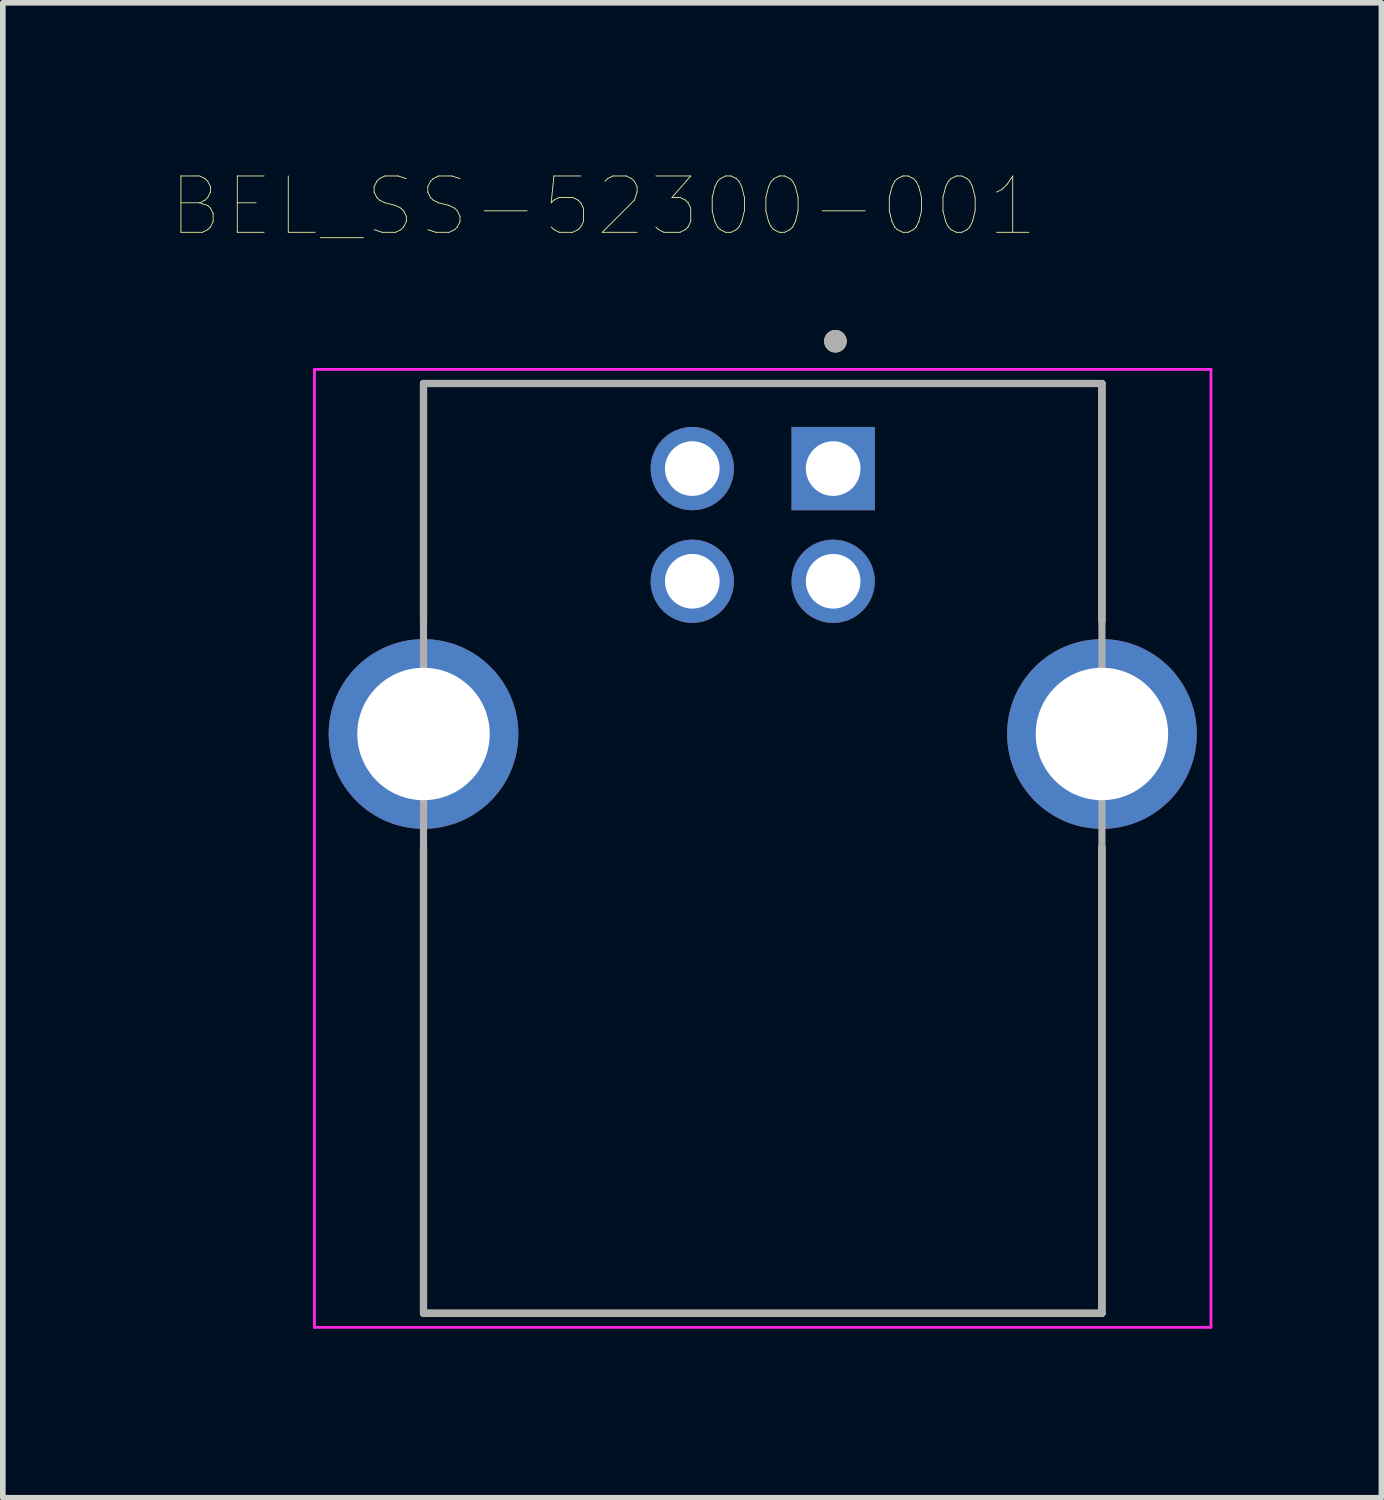
<source format=kicad_pcb>
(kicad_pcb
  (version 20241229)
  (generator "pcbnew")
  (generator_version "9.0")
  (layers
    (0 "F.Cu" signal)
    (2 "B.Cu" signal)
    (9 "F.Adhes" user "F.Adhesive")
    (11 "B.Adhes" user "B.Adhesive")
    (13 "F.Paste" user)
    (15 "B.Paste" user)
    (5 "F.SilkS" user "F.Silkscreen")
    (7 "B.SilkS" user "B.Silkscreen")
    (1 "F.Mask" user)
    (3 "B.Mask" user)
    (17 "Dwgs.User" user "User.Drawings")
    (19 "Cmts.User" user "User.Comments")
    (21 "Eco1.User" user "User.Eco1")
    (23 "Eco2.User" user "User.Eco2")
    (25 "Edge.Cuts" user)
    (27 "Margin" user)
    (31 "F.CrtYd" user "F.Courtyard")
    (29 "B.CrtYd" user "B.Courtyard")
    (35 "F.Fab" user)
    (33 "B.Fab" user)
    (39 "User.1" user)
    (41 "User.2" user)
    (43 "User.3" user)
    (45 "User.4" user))
  (footprint "BEL_SS-52300-001"
    (layer "F.Cu")
    (at 10.486 7.266)
    (property "Reference" "BEL_SS-52300-001" (at -2.825 -6.655 0) (layer "F.SilkS") (effects (font (size 1 1) (thickness 0.015))))
    (attr through_hole)
    (fp_line (start -6.02 -3.51) (end -6.02 0.705) (stroke (width 0.127) (type solid)) (layer "F.SilkS"))
    (fp_line (start -6.02 4.715) (end -6.02 12.99) (stroke (width 0.127) (type solid)) (layer "F.SilkS"))
    (fp_line (start -6.02 12.99) (end 6.02 12.99) (stroke (width 0.127) (type solid)) (layer "F.SilkS"))
    (fp_line (start 6.02 -3.51) (end -6.02 -3.51) (stroke (width 0.127) (type solid)) (layer "F.SilkS"))
    (fp_line (start 6.02 0.705) (end 6.02 -3.51) (stroke (width 0.127) (type solid)) (layer "F.SilkS"))
    (fp_line (start 6.02 12.99) (end 6.02 4.715) (stroke (width 0.127) (type solid)) (layer "F.SilkS"))
    (fp_circle (center 1.29 -4.26) (end 1.39 -4.26) (stroke (width 0.2) (type solid)) (fill no) (layer "F.SilkS"))
    (fp_line (start -7.955 -3.76) (end -7.955 13.24) (stroke (width 0.05) (type solid)) (layer "F.CrtYd"))
    (fp_line (start -7.955 13.24) (end 7.955 13.24) (stroke (width 0.05) (type solid)) (layer "F.CrtYd"))
    (fp_line (start 7.955 -3.76) (end -7.955 -3.76) (stroke (width 0.05) (type solid)) (layer "F.CrtYd"))
    (fp_line (start 7.955 13.24) (end 7.955 -3.76) (stroke (width 0.05) (type solid)) (layer "F.CrtYd"))
    (fp_line (start -6.02 -3.51) (end -6.02 12.99) (stroke (width 0.127) (type solid)) (layer "F.Fab"))
    (fp_line (start -6.02 12.99) (end 6.02 12.99) (stroke (width 0.127) (type solid)) (layer "F.Fab"))
    (fp_line (start 6.02 -3.51) (end -6.02 -3.51) (stroke (width 0.127) (type solid)) (layer "F.Fab"))
    (fp_line (start 6.02 12.99) (end 6.02 -3.51) (stroke (width 0.127) (type solid)) (layer "F.Fab"))
    (fp_circle (center 1.29 -4.26) (end 1.39 -4.26) (stroke (width 0.2) (type solid)) (fill no) (layer "F.Fab"))
    (pad "1" thru_hole rect (at 1.25 -2) (size 1.478 1.478) (drill 0.97) (layers "*.Cu" "*.Mask"))
    (pad "2" thru_hole circle (at -1.25 -2) (size 1.478 1.478) (drill 0.97) (layers "*.Cu" "*.Mask"))
    (pad "3" thru_hole circle (at -1.25 0) (size 1.478 1.478) (drill 0.97) (layers "*.Cu" "*.Mask"))
    (pad "4" thru_hole circle (at 1.25 0) (size 1.478 1.478) (drill 0.97) (layers "*.Cu" "*.Mask"))
    (pad "5" thru_hole circle (at -6.02 2.71) (size 3.366 3.366) (drill 2.35) (layers "*.Cu" "*.Mask"))
    (pad "5" thru_hole circle (at 6.02 2.71) (size 3.366 3.366) (drill 2.35) (layers "*.Cu" "*.Mask")))
  (gr_rect
    (start -3 -3)
    (end 21.466 23.531)
    (stroke (width 0.1) (type default))
    (fill no)
    (layer "Edge.Cuts")))
</source>
